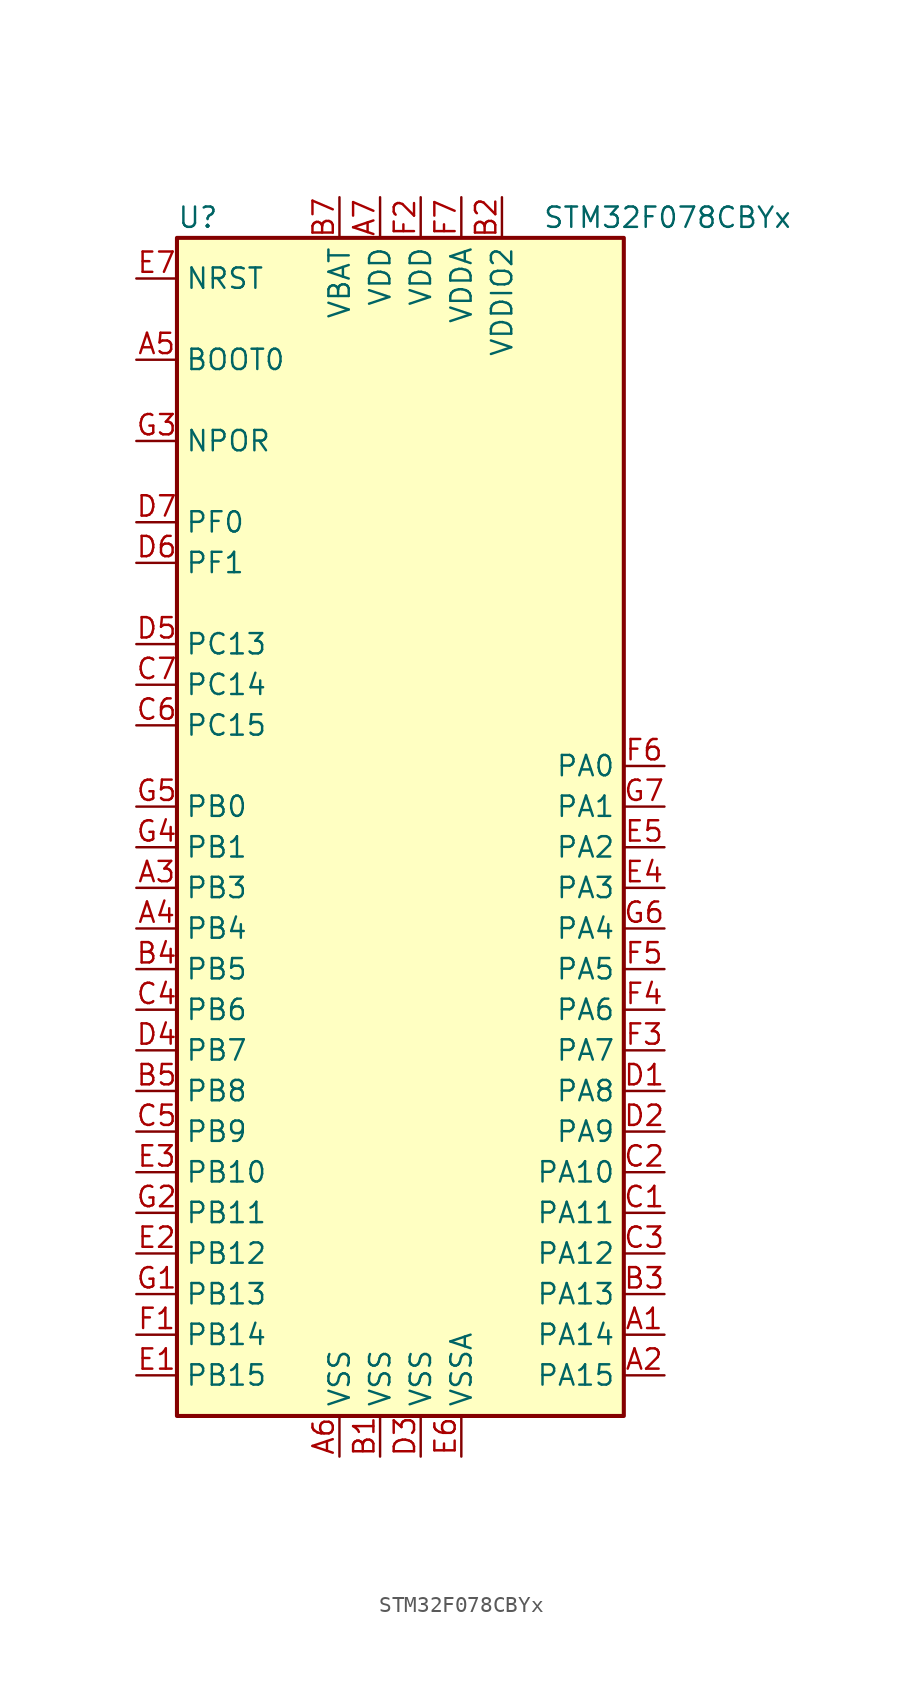
<source format=kicad_sym>
(kicad_symbol_lib
  (version 20200908)
  (generator kicad_symbol_editor)
  (symbol "MCU_ST_STM32F0:STM32F078CBYx"
    (property "Reference" "U"
      (at -15.24 36.83 0)
      (effects (font (size 1.27 1.27)) (justify left)))
    (property "Value" "STM32F078CBYx"
      (at 7.62 36.83 0)
      (effects (font (size 1.27 1.27)) (justify left)))
    (symbol "STM32F078CBYx_0_1"
      (rectangle (start -15.24 -38.1) (end 12.7 35.56) (stroke (width 0.254)) (fill (type background))))
    (symbol "STM32F078CBYx_1_1"
      (pin bidirectional line (at 15.24 -33.02 180) (length 2.54) (name "PA14" (effects (font (size 1.27 1.27)))) (number "A1" (effects (font (size 1.27 1.27)))))
      (pin bidirectional line (at 15.24 -35.56 180) (length 2.54) (name "PA15" (effects (font (size 1.27 1.27)))) (number "A2" (effects (font (size 1.27 1.27)))))
      (pin bidirectional line (at -17.78 -5.08 0) (length 2.54) (name "PB3" (effects (font (size 1.27 1.27)))) (number "A3" (effects (font (size 1.27 1.27)))))
      (pin bidirectional line (at -17.78 -7.62 0) (length 2.54) (name "PB4" (effects (font (size 1.27 1.27)))) (number "A4" (effects (font (size 1.27 1.27)))))
      (pin input line (at -17.78 27.94 0) (length 2.54) (name "BOOT0" (effects (font (size 1.27 1.27)))) (number "A5" (effects (font (size 1.27 1.27)))))
      (pin power_in line (at -5.08 -40.64 90) (length 2.54) (name "VSS" (effects (font (size 1.27 1.27)))) (number "A6" (effects (font (size 1.27 1.27)))))
      (pin power_in line (at -2.54 38.1 270) (length 2.54) (name "VDD" (effects (font (size 1.27 1.27)))) (number "A7" (effects (font (size 1.27 1.27)))))
      (pin power_in line (at -2.54 -40.64 90) (length 2.54) (name "VSS" (effects (font (size 1.27 1.27)))) (number "B1" (effects (font (size 1.27 1.27)))))
      (pin power_in line (at 5.08 38.1 270) (length 2.54) (name "VDDIO2" (effects (font (size 1.27 1.27)))) (number "B2" (effects (font (size 1.27 1.27)))))
      (pin bidirectional line (at 15.24 -30.48 180) (length 2.54) (name "PA13" (effects (font (size 1.27 1.27)))) (number "B3" (effects (font (size 1.27 1.27)))))
      (pin bidirectional line (at -17.78 -10.16 0) (length 2.54) (name "PB5" (effects (font (size 1.27 1.27)))) (number "B4" (effects (font (size 1.27 1.27)))))
      (pin bidirectional line (at -17.78 -17.78 0) (length 2.54) (name "PB8" (effects (font (size 1.27 1.27)))) (number "B5" (effects (font (size 1.27 1.27)))))
      (pin unconnected line (at -15.24 -35.56 0) (length 2.54) hide (name "NC" (effects (font (size 1.27 1.27)))) (number "B6" (effects (font (size 1.27 1.27)))))
      (pin power_in line (at -5.08 38.1 270) (length 2.54) (name "VBAT" (effects (font (size 1.27 1.27)))) (number "B7" (effects (font (size 1.27 1.27)))))
      (pin bidirectional line (at 15.24 -25.4 180) (length 2.54) (name "PA11" (effects (font (size 1.27 1.27)))) (number "C1" (effects (font (size 1.27 1.27)))))
      (pin bidirectional line (at 15.24 -22.86 180) (length 2.54) (name "PA10" (effects (font (size 1.27 1.27)))) (number "C2" (effects (font (size 1.27 1.27)))))
      (pin bidirectional line (at 15.24 -27.94 180) (length 2.54) (name "PA12" (effects (font (size 1.27 1.27)))) (number "C3" (effects (font (size 1.27 1.27)))))
      (pin bidirectional line (at -17.78 -12.7 0) (length 2.54) (name "PB6" (effects (font (size 1.27 1.27)))) (number "C4" (effects (font (size 1.27 1.27)))))
      (pin bidirectional line (at -17.78 -20.32 0) (length 2.54) (name "PB9" (effects (font (size 1.27 1.27)))) (number "C5" (effects (font (size 1.27 1.27)))))
      (pin bidirectional line (at -17.78 5.08 0) (length 2.54) (name "PC15" (effects (font (size 1.27 1.27)))) (number "C6" (effects (font (size 1.27 1.27)))))
      (pin bidirectional line (at -17.78 7.62 0) (length 2.54) (name "PC14" (effects (font (size 1.27 1.27)))) (number "C7" (effects (font (size 1.27 1.27)))))
      (pin bidirectional line (at 15.24 -17.78 180) (length 2.54) (name "PA8" (effects (font (size 1.27 1.27)))) (number "D1" (effects (font (size 1.27 1.27)))))
      (pin bidirectional line (at 15.24 -20.32 180) (length 2.54) (name "PA9" (effects (font (size 1.27 1.27)))) (number "D2" (effects (font (size 1.27 1.27)))))
      (pin power_in line (at 0 -40.64 90) (length 2.54) (name "VSS" (effects (font (size 1.27 1.27)))) (number "D3" (effects (font (size 1.27 1.27)))))
      (pin bidirectional line (at -17.78 -15.24 0) (length 2.54) (name "PB7" (effects (font (size 1.27 1.27)))) (number "D4" (effects (font (size 1.27 1.27)))))
      (pin bidirectional line (at -17.78 10.16 0) (length 2.54) (name "PC13" (effects (font (size 1.27 1.27)))) (number "D5" (effects (font (size 1.27 1.27)))))
      (pin input line (at -17.78 15.24 0) (length 2.54) (name "PF1" (effects (font (size 1.27 1.27)))) (number "D6" (effects (font (size 1.27 1.27)))))
      (pin input line (at -17.78 17.78 0) (length 2.54) (name "PF0" (effects (font (size 1.27 1.27)))) (number "D7" (effects (font (size 1.27 1.27)))))
      (pin bidirectional line (at -17.78 -35.56 0) (length 2.54) (name "PB15" (effects (font (size 1.27 1.27)))) (number "E1" (effects (font (size 1.27 1.27)))))
      (pin bidirectional line (at -17.78 -27.94 0) (length 2.54) (name "PB12" (effects (font (size 1.27 1.27)))) (number "E2" (effects (font (size 1.27 1.27)))))
      (pin bidirectional line (at -17.78 -22.86 0) (length 2.54) (name "PB10" (effects (font (size 1.27 1.27)))) (number "E3" (effects (font (size 1.27 1.27)))))
      (pin bidirectional line (at 15.24 -5.08 180) (length 2.54) (name "PA3" (effects (font (size 1.27 1.27)))) (number "E4" (effects (font (size 1.27 1.27)))))
      (pin bidirectional line (at 15.24 -2.54 180) (length 2.54) (name "PA2" (effects (font (size 1.27 1.27)))) (number "E5" (effects (font (size 1.27 1.27)))))
      (pin power_in line (at 2.54 -40.64 90) (length 2.54) (name "VSSA" (effects (font (size 1.27 1.27)))) (number "E6" (effects (font (size 1.27 1.27)))))
      (pin input line (at -17.78 33.02 0) (length 2.54) (name "NRST" (effects (font (size 1.27 1.27)))) (number "E7" (effects (font (size 1.27 1.27)))))
      (pin bidirectional line (at -17.78 -33.02 0) (length 2.54) (name "PB14" (effects (font (size 1.27 1.27)))) (number "F1" (effects (font (size 1.27 1.27)))))
      (pin power_in line (at 0 38.1 270) (length 2.54) (name "VDD" (effects (font (size 1.27 1.27)))) (number "F2" (effects (font (size 1.27 1.27)))))
      (pin bidirectional line (at 15.24 -15.24 180) (length 2.54) (name "PA7" (effects (font (size 1.27 1.27)))) (number "F3" (effects (font (size 1.27 1.27)))))
      (pin bidirectional line (at 15.24 -12.7 180) (length 2.54) (name "PA6" (effects (font (size 1.27 1.27)))) (number "F4" (effects (font (size 1.27 1.27)))))
      (pin bidirectional line (at 15.24 -10.16 180) (length 2.54) (name "PA5" (effects (font (size 1.27 1.27)))) (number "F5" (effects (font (size 1.27 1.27)))))
      (pin bidirectional line (at 15.24 2.54 180) (length 2.54) (name "PA0" (effects (font (size 1.27 1.27)))) (number "F6" (effects (font (size 1.27 1.27)))))
      (pin power_in line (at 2.54 38.1 270) (length 2.54) (name "VDDA" (effects (font (size 1.27 1.27)))) (number "F7" (effects (font (size 1.27 1.27)))))
      (pin bidirectional line (at -17.78 -30.48 0) (length 2.54) (name "PB13" (effects (font (size 1.27 1.27)))) (number "G1" (effects (font (size 1.27 1.27)))))
      (pin bidirectional line (at -17.78 -25.4 0) (length 2.54) (name "PB11" (effects (font (size 1.27 1.27)))) (number "G2" (effects (font (size 1.27 1.27)))))
      (pin power_in line (at -17.78 22.86 0) (length 2.54) (name "NPOR" (effects (font (size 1.27 1.27)))) (number "G3" (effects (font (size 1.27 1.27)))))
      (pin bidirectional line (at -17.78 -2.54 0) (length 2.54) (name "PB1" (effects (font (size 1.27 1.27)))) (number "G4" (effects (font (size 1.27 1.27)))))
      (pin bidirectional line (at -17.78 0 0) (length 2.54) (name "PB0" (effects (font (size 1.27 1.27)))) (number "G5" (effects (font (size 1.27 1.27)))))
      (pin bidirectional line (at 15.24 -7.62 180) (length 2.54) (name "PA4" (effects (font (size 1.27 1.27)))) (number "G6" (effects (font (size 1.27 1.27)))))
      (pin bidirectional line (at 15.24 0 180) (length 2.54) (name "PA1" (effects (font (size 1.27 1.27)))) (number "G7" (effects (font (size 1.27 1.27))))))))
</source>
